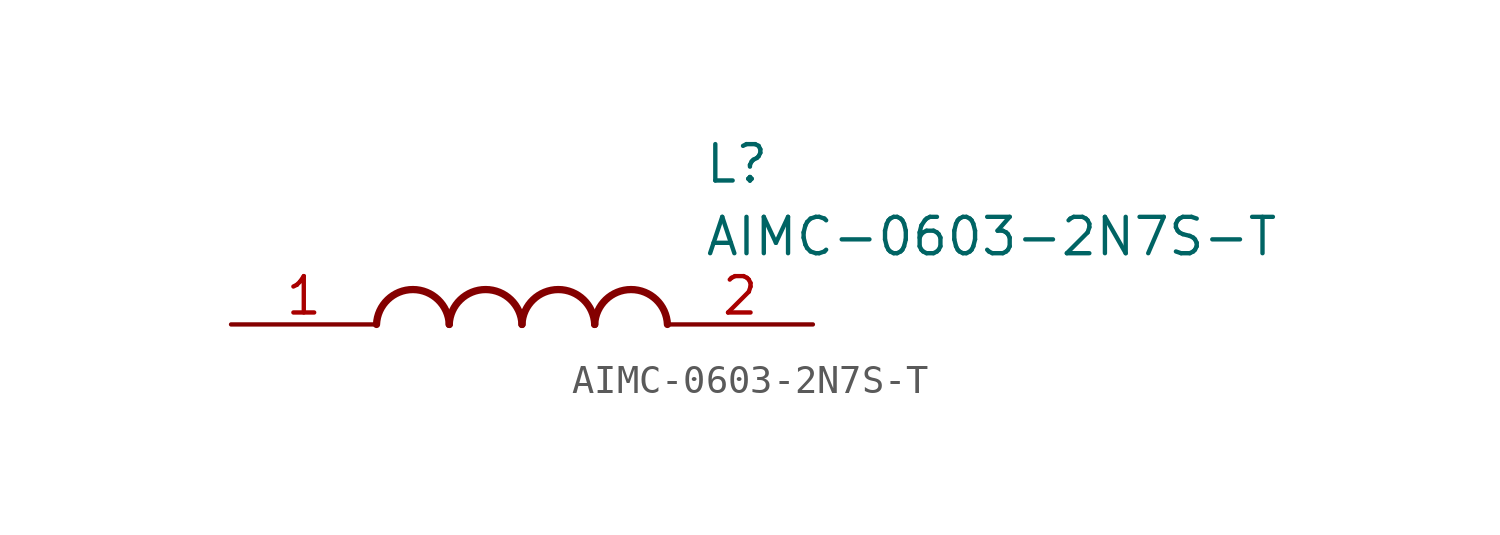
<source format=kicad_sym>
(kicad_symbol_lib
  (version 20211014)
  (generator SamacSys_ECAD_Model)
  (symbol "AIMC-0603-2N7S-T"
    (pin_names hide)
    (property "Reference" "L"
      (at 16.51 6.35 0)
      (effects (font (size 1.27 1.27)) (justify left top)))
    (property "Value" "AIMC-0603-2N7S-T"
      (at 16.51 3.81 0)
      (effects (font (size 1.27 1.27)) (justify left top)))
    (arc
      (start 7.62 0)
      (mid 6.35 1.219)
      (end 5.08 0)
      (stroke (width 0.254) (type default))
      (fill (type none)))
    (arc
      (start 10.16 0)
      (mid 8.89 1.219)
      (end 7.62 0)
      (stroke (width 0.254) (type default))
      (fill (type none)))
    (arc
      (start 12.7 0)
      (mid 11.43 1.219)
      (end 10.16 0)
      (stroke (width 0.254) (type default))
      (fill (type none)))
    (arc
      (start 15.24 0)
      (mid 13.97 1.219)
      (end 12.7 0)
      (stroke (width 0.254) (type default))
      (fill (type none)))
    (pin passive line
      (at 0 0 0)
      (length 5.08)
      (name "1" (effects (font (size 1.27 1.27))))
      (number "1" (effects (font (size 1.27 1.27)))))
    (pin passive line
      (at 20.32 0 180)
      (length 5.08)
      (name "2" (effects (font (size 1.27 1.27))))
      (number "2" (effects (font (size 1.27 1.27)))))))
</source>
